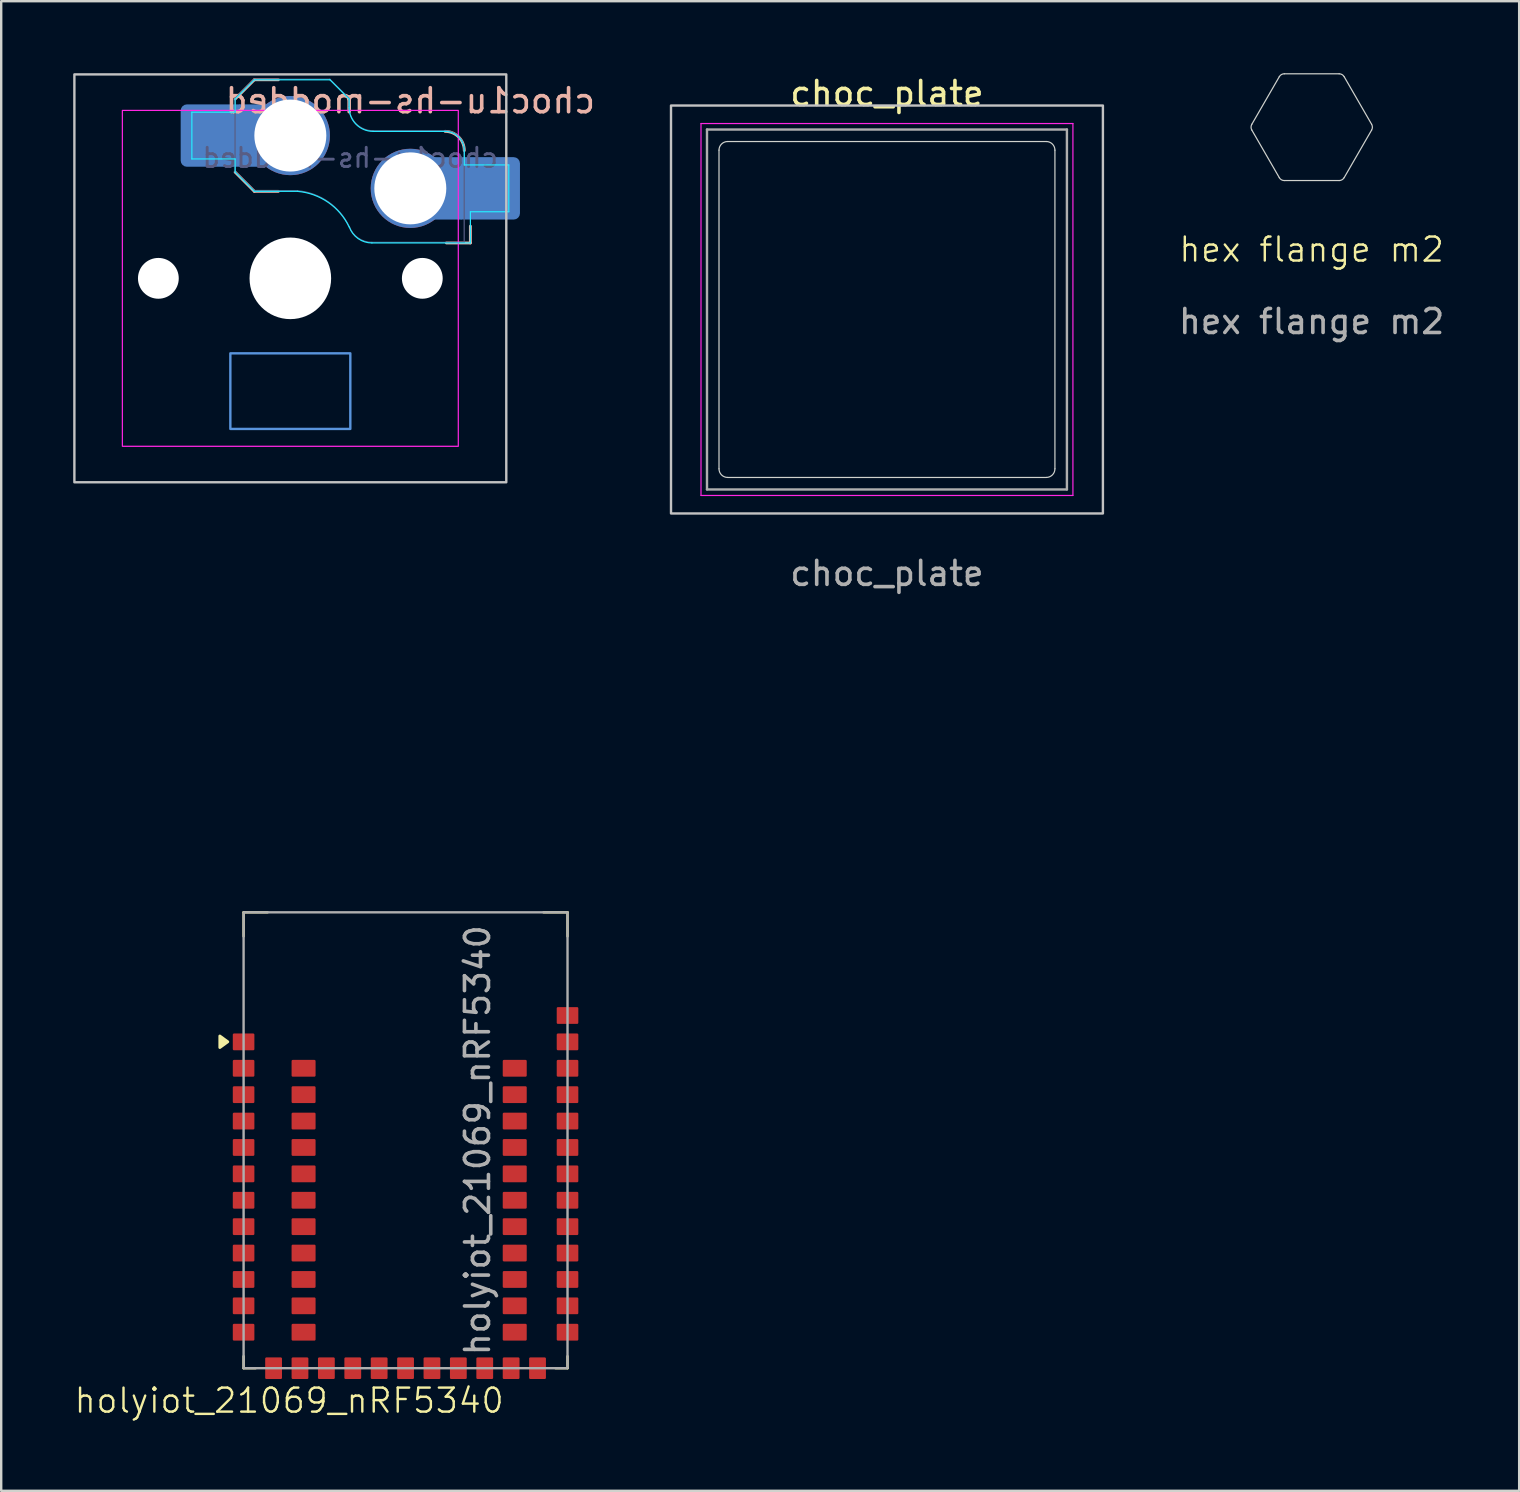
<source format=kicad_pcb>
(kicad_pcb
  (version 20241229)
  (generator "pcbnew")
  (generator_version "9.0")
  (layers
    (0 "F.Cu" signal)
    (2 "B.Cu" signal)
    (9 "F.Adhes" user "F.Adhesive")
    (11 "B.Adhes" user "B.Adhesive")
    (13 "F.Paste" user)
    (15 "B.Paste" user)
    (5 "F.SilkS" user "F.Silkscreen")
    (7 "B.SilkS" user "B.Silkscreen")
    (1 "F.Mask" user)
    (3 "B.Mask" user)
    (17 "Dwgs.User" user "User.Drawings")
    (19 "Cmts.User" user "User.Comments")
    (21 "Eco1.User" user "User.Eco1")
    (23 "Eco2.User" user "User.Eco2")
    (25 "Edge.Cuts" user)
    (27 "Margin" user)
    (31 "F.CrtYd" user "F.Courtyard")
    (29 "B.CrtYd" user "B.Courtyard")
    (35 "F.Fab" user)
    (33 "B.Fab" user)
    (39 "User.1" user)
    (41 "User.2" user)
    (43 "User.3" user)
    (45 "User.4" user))
  (footprint "holyiot_21069_nRF5340"
    (layer "F.Cu")
    (at 13.852 43.697)
    (property "Reference" "holyiot_21069_nRF5340" (at -4.85 11.625 0) (unlocked yes) (layer "F.SilkS") (effects (font (size 1 1) (thickness 0.1))))
    (attr smd)
    (fp_line (start -6.75 -8.725) (end -5.75 -8.725) (stroke (width 0.1) (type default)) (layer "F.SilkS"))
    (fp_line (start -6.75 -7.725) (end -6.75 -8.725) (stroke (width 0.1) (type default)) (layer "F.SilkS"))
    (fp_line (start -6.75 10.275) (end -6.75 9.775) (stroke (width 0.1) (type default)) (layer "F.SilkS"))
    (fp_line (start -6.25 10.275) (end -6.75 10.275) (stroke (width 0.1) (type default)) (layer "F.SilkS"))
    (fp_line (start 5.75 -8.725) (end 6.75 -8.725) (stroke (width 0.1) (type default)) (layer "F.SilkS"))
    (fp_line (start 6.75 -8.725) (end 6.75 -7.725) (stroke (width 0.1) (type default)) (layer "F.SilkS"))
    (fp_line (start 6.75 9.775) (end 6.75 10.275) (stroke (width 0.1) (type default)) (layer "F.SilkS"))
    (fp_line (start 6.75 10.275) (end 6.25 10.275) (stroke (width 0.1) (type default)) (layer "F.SilkS"))
    (fp_poly (pts (xy -7.41 -3.33) (xy -7.74 -3.09) (xy -7.74 -3.57) (xy -7.41 -3.33)) (stroke (width 0.12) (type solid)) (fill yes) (layer "F.SilkS"))
    (fp_rect (start -6.75 -8.725) (end 6.75 10.275) (stroke (width 0.1) (type default)) (fill no) (layer "F.Fab"))
    (fp_text user "${REFERENCE}" (at 3 0.775 90) (unlocked yes) (layer "F.Fab") (effects (font (size 1 1) (thickness 0.15))))
    (pad "1" smd roundrect (at -6.75 -3.325 90) (size 0.7 0.9) (layers "F.Cu" "F.Mask" "F.Paste") (roundrect_rratio 0.071))
    (pad "2" smd roundrect (at -6.75 -2.225 90) (size 0.7 0.9) (layers "F.Cu" "F.Mask" "F.Paste") (roundrect_rratio 0.071))
    (pad "3" smd roundrect (at -6.75 -1.125 90) (size 0.7 0.9) (layers "F.Cu" "F.Mask" "F.Paste") (roundrect_rratio 0.071))
    (pad "4" smd roundrect (at -6.75 -0.025 90) (size 0.7 0.9) (layers "F.Cu" "F.Mask" "F.Paste") (roundrect_rratio 0.071))
    (pad "5" smd roundrect (at -6.75 1.075 90) (size 0.7 0.9) (layers "F.Cu" "F.Mask" "F.Paste") (roundrect_rratio 0.071))
    (pad "6" smd roundrect (at -6.75 2.175 90) (size 0.7 0.9) (layers "F.Cu" "F.Mask" "F.Paste") (roundrect_rratio 0.071))
    (pad "7" smd roundrect (at -6.75 3.275 90) (size 0.7 0.9) (layers "F.Cu" "F.Mask" "F.Paste") (roundrect_rratio 0.071))
    (pad "8" smd roundrect (at -6.75 4.375 90) (size 0.7 0.9) (layers "F.Cu" "F.Mask" "F.Paste") (roundrect_rratio 0.071))
    (pad "9" smd roundrect (at -6.75 5.475 90) (size 0.7 0.9) (layers "F.Cu" "F.Mask" "F.Paste") (roundrect_rratio 0.071))
    (pad "10" smd roundrect (at -6.75 6.575 90) (size 0.7 0.9) (layers "F.Cu" "F.Mask" "F.Paste") (roundrect_rratio 0.071))
    (pad "11" smd roundrect (at -6.75 7.675 90) (size 0.7 0.9) (layers "F.Cu" "F.Mask" "F.Paste") (roundrect_rratio 0.071))
    (pad "12" smd roundrect (at -6.75 8.775 90) (size 0.7 0.9) (layers "F.Cu" "F.Mask" "F.Paste") (roundrect_rratio 0.071))
    (pad "13" smd roundrect (at -5.5 10.275) (size 0.7 0.9) (layers "F.Cu" "F.Mask" "F.Paste") (roundrect_rratio 0.071))
    (pad "14" smd roundrect (at -4.4 10.275) (size 0.7 0.9) (layers "F.Cu" "F.Mask" "F.Paste") (roundrect_rratio 0.071))
    (pad "15" smd roundrect (at -3.3 10.275) (size 0.7 0.9) (layers "F.Cu" "F.Mask" "F.Paste") (roundrect_rratio 0.071))
    (pad "16" smd roundrect (at -2.2 10.275) (size 0.7 0.9) (layers "F.Cu" "F.Mask" "F.Paste") (roundrect_rratio 0.071))
    (pad "17" smd roundrect (at -1.1 10.275) (size 0.7 0.9) (layers "F.Cu" "F.Mask" "F.Paste") (roundrect_rratio 0.071))
    (pad "18" smd roundrect (at 0 10.275) (size 0.7 0.9) (layers "F.Cu" "F.Mask" "F.Paste") (roundrect_rratio 0.071))
    (pad "19" smd roundrect (at 1.1 10.275) (size 0.7 0.9) (layers "F.Cu" "F.Mask" "F.Paste") (roundrect_rratio 0.071))
    (pad "20" smd roundrect (at 2.2 10.275) (size 0.7 0.9) (layers "F.Cu" "F.Mask" "F.Paste") (roundrect_rratio 0.071))
    (pad "21" smd roundrect (at 3.3 10.275) (size 0.7 0.9) (layers "F.Cu" "F.Mask" "F.Paste") (roundrect_rratio 0.071))
    (pad "22" smd roundrect (at 4.4 10.275) (size 0.7 0.9) (layers "F.Cu" "F.Mask" "F.Paste") (roundrect_rratio 0.071))
    (pad "23" smd roundrect (at 5.5 10.275) (size 0.7 0.9) (layers "F.Cu" "F.Mask" "F.Paste") (roundrect_rratio 0.071))
    (pad "24" smd roundrect (at 6.75 8.775 90) (size 0.7 0.9) (layers "F.Cu" "F.Mask" "F.Paste") (roundrect_rratio 0.071))
    (pad "25" smd roundrect (at 6.75 7.675 90) (size 0.7 0.9) (layers "F.Cu" "F.Mask" "F.Paste") (roundrect_rratio 0.071))
    (pad "26" smd roundrect (at 6.75 6.575 90) (size 0.7 0.9) (layers "F.Cu" "F.Mask" "F.Paste") (roundrect_rratio 0.071))
    (pad "27" smd roundrect (at 6.75 5.475 90) (size 0.7 0.9) (layers "F.Cu" "F.Mask" "F.Paste") (roundrect_rratio 0.071))
    (pad "28" smd roundrect (at 6.75 4.375 90) (size 0.7 0.9) (layers "F.Cu" "F.Mask" "F.Paste") (roundrect_rratio 0.071))
    (pad "29" smd roundrect (at 6.75 3.275 90) (size 0.7 0.9) (layers "F.Cu" "F.Mask" "F.Paste") (roundrect_rratio 0.071))
    (pad "30" smd roundrect (at 6.75 2.175 90) (size 0.7 0.9) (layers "F.Cu" "F.Mask" "F.Paste") (roundrect_rratio 0.071))
    (pad "31" smd roundrect (at 6.75 1.075 90) (size 0.7 0.9) (layers "F.Cu" "F.Mask" "F.Paste") (roundrect_rratio 0.071))
    (pad "32" smd roundrect (at 6.75 -0.025 90) (size 0.7 0.9) (layers "F.Cu" "F.Mask" "F.Paste") (roundrect_rratio 0.071))
    (pad "33" smd roundrect (at 6.75 -1.125 90) (size 0.7 0.9) (layers "F.Cu" "F.Mask" "F.Paste") (roundrect_rratio 0.071))
    (pad "34" smd roundrect (at 6.75 -2.225 90) (size 0.7 0.9) (layers "F.Cu" "F.Mask" "F.Paste") (roundrect_rratio 0.071))
    (pad "35" smd roundrect (at 6.75 -3.325 90) (size 0.7 0.9) (layers "F.Cu" "F.Mask" "F.Paste") (roundrect_rratio 0.071))
    (pad "36" smd roundrect (at 6.75 -4.425 90) (size 0.7 0.9) (layers "F.Cu" "F.Mask" "F.Paste") (roundrect_rratio 0.071))
    (pad "37" smd roundrect (at -4.25 -2.225) (size 1 0.7) (layers "F.Cu" "F.Mask" "F.Paste") (roundrect_rratio 0.071))
    (pad "38" smd roundrect (at -4.25 -1.125) (size 1 0.7) (layers "F.Cu" "F.Mask" "F.Paste") (roundrect_rratio 0.071))
    (pad "39" smd roundrect (at -4.25 -0.025) (size 1 0.7) (layers "F.Cu" "F.Mask" "F.Paste") (roundrect_rratio 0.071))
    (pad "40" smd roundrect (at -4.25 1.075) (size 1 0.7) (layers "F.Cu" "F.Mask" "F.Paste") (roundrect_rratio 0.071))
    (pad "41" smd roundrect (at -4.25 2.175) (size 1 0.7) (layers "F.Cu" "F.Mask" "F.Paste") (roundrect_rratio 0.071))
    (pad "42" smd roundrect (at -4.25 3.275) (size 1 0.7) (layers "F.Cu" "F.Mask" "F.Paste") (roundrect_rratio 0.071))
    (pad "43" smd roundrect (at -4.25 4.375) (size 1 0.7) (layers "F.Cu" "F.Mask" "F.Paste") (roundrect_rratio 0.071))
    (pad "44" smd roundrect (at -4.25 5.475) (size 1 0.7) (layers "F.Cu" "F.Mask" "F.Paste") (roundrect_rratio 0.071))
    (pad "45" smd roundrect (at -4.25 6.575) (size 1 0.7) (layers "F.Cu" "F.Mask" "F.Paste") (roundrect_rratio 0.071))
    (pad "46" smd roundrect (at -4.25 7.675) (size 1 0.7) (layers "F.Cu" "F.Mask" "F.Paste") (roundrect_rratio 0.071))
    (pad "47" smd roundrect (at -4.25 8.775) (size 1 0.7) (layers "F.Cu" "F.Mask" "F.Paste") (roundrect_rratio 0.071))
    (pad "48" smd roundrect (at 4.55 8.775) (size 1 0.7) (layers "F.Cu" "F.Mask" "F.Paste") (roundrect_rratio 0.071))
    (pad "49" smd roundrect (at 4.55 7.675) (size 1 0.7) (layers "F.Cu" "F.Mask" "F.Paste") (roundrect_rratio 0.071))
    (pad "50" smd roundrect (at 4.55 6.575) (size 1 0.7) (layers "F.Cu" "F.Mask" "F.Paste") (roundrect_rratio 0.071))
    (pad "51" smd roundrect (at 4.55 5.475) (size 1 0.7) (layers "F.Cu" "F.Mask" "F.Paste") (roundrect_rratio 0.071))
    (pad "52" smd roundrect (at 4.55 4.375) (size 1 0.7) (layers "F.Cu" "F.Mask" "F.Paste") (roundrect_rratio 0.071))
    (pad "53" smd roundrect (at 4.55 3.275) (size 1 0.7) (layers "F.Cu" "F.Mask" "F.Paste") (roundrect_rratio 0.071))
    (pad "54" smd roundrect (at 4.55 2.175) (size 1 0.7) (layers "F.Cu" "F.Mask" "F.Paste") (roundrect_rratio 0.071))
    (pad "55" smd roundrect (at 4.55 1.075) (size 1 0.7) (layers "F.Cu" "F.Mask" "F.Paste") (roundrect_rratio 0.071))
    (pad "56" smd roundrect (at 4.55 -0.025) (size 1 0.7) (layers "F.Cu" "F.Mask" "F.Paste") (roundrect_rratio 0.071))
    (pad "57" smd roundrect (at 4.55 -1.125) (size 1 0.7) (layers "F.Cu" "F.Mask" "F.Paste") (roundrect_rratio 0.071))
    (pad "58" smd roundrect (at 4.55 -2.225) (size 1 0.7) (layers "F.Cu" "F.Mask" "F.Paste") (roundrect_rratio 0.071))
    (zone (net_name "") (layers "F.Cu" "B.Cu") (hatch edge 0.5) (connect_pads) (min_thickness 0.25) (filled_areas_thickness no) (keepout (tracks not_allowed) (vias not_allowed) (pads not_allowed) (copperpour not_allowed) (footprints allowed)) (placement (enabled no)) (fill) (polygon (pts (xy 22.852 38.197) (xy 22.852 24.697) (xy 4.852 24.697) (xy 4.852 38.172)))))
  (footprint "choc_plate"
    (layer "F.Cu")
    (at 33.915 9.848)
    (property "Reference" "choc_plate" (at 0 -9 0) (layer "F.SilkS") (effects (font (size 1 1) (thickness 0.15))))
    (fp_rect (start -9 -8.5) (end 9 8.5) (stroke (width 0.1) (type default)) (fill no) (layer "Dwgs.User"))
    (fp_line (start -7 -6.64) (end -7 6.64) (stroke (width 0.05) (type solid)) (layer "Edge.Cuts"))
    (fp_line (start -6.64 7) (end 6.64 7) (stroke (width 0.05) (type solid)) (layer "Edge.Cuts"))
    (fp_line (start 6.64 -7) (end -6.64 -7) (stroke (width 0.05) (type solid)) (layer "Edge.Cuts"))
    (fp_line (start 7 6.64) (end 7 -6.64) (stroke (width 0.05) (type solid)) (layer "Edge.Cuts"))
    (fp_arc (start -7 -6.64) (mid -6.894558 -6.894558) (end -6.64 -7) (stroke (width 0.05) (type default)) (layer "Edge.Cuts"))
    (fp_arc (start -6.64 7) (mid -6.894558 6.894558) (end -7 6.64) (stroke (width 0.05) (type default)) (layer "Edge.Cuts"))
    (fp_arc (start 6.64 -7) (mid 6.894558 -6.894558) (end 7 -6.64) (stroke (width 0.05) (type default)) (layer "Edge.Cuts"))
    (fp_arc (start 7 6.64) (mid 6.894558 6.894558) (end 6.64 7) (stroke (width 0.05) (type default)) (layer "Edge.Cuts"))
    (fp_line (start -7.75 -7.75) (end -7.75 7.75) (stroke (width 0.05) (type solid)) (layer "F.CrtYd"))
    (fp_line (start -7.75 7.75) (end 7.75 7.75) (stroke (width 0.05) (type solid)) (layer "F.CrtYd"))
    (fp_line (start 7.75 -7.75) (end -7.75 -7.75) (stroke (width 0.05) (type solid)) (layer "F.CrtYd"))
    (fp_line (start 7.75 7.75) (end 7.75 -7.75) (stroke (width 0.05) (type solid)) (layer "F.CrtYd"))
    (fp_line (start -7.5 -7.5) (end -7.5 7.5) (stroke (width 0.1) (type solid)) (layer "F.Fab"))
    (fp_line (start -7.5 7.5) (end 7.5 7.5) (stroke (width 0.1) (type solid)) (layer "F.Fab"))
    (fp_line (start 7.5 -7.5) (end -7.5 -7.5) (stroke (width 0.1) (type solid)) (layer "F.Fab"))
    (fp_line (start 7.5 7.5) (end 7.5 -7.5) (stroke (width 0.1) (type solid)) (layer "F.Fab"))
    (fp_text user "${REFERENCE}" (at 0 11 0) (layer "F.Fab") (effects (font (size 1 1) (thickness 0.15)))))
  (footprint "choc1u-hs-modded"
    (layer "F.Cu")
    (at 9.05 8.55)
    (property "Reference" "choc1u-hs-modded" (at 5 -7.4 0) (layer "B.SilkS") (effects (font (size 1 1) (thickness 0.15)) (justify mirror)))
    (attr smd)
    (fp_line (start -2.3 -7.475) (end -1.5 -8.275) (stroke (width 0.12) (type solid)) (layer "B.SilkS"))
    (fp_line (start -1.5 -8.275) (end -0.5 -8.275) (stroke (width 0.12) (type solid)) (layer "B.SilkS"))
    (fp_line (start -1.5 -3.625) (end -2.3 -4.425) (stroke (width 0.12) (type solid)) (layer "B.SilkS"))
    (fp_line (start -1.5 -3.625) (end -0.5 -3.625) (stroke (width 0.12) (type solid)) (layer "B.SilkS"))
    (fp_line (start 7.504 -1.475) (end 6.504 -1.475) (stroke (width 0.12) (type solid)) (layer "B.SilkS"))
    (fp_line (start 7.504 -1.475) (end 7.504 -2.175) (stroke (width 0.12) (type solid)) (layer "B.SilkS"))
    (fp_arc (start 6.45 -6.125) (mid 7.015685 -5.890685) (end 7.25 -5.325) (stroke (width 0.12) (type solid)) (layer "B.SilkS"))
    (fp_rect (start -9 -8.5) (end 9 8.5) (stroke (width 0.1) (type default)) (fill no) (layer "Dwgs.User"))
    (fp_rect (start -2.5 3.125) (end 2.5 6.275) (stroke (width 0.1) (type default)) (fill no) (layer "Cmts.User"))
    (fp_line (start -6.95 6.45) (end -6.95 -6.45) (stroke (width 0.05) (type solid)) (layer "Eco2.User"))
    (fp_line (start -6.45 -6.95) (end 6.45 -6.95) (stroke (width 0.05) (type solid)) (layer "Eco2.User"))
    (fp_line (start 6.45 6.95) (end -6.45 6.95) (stroke (width 0.05) (type solid)) (layer "Eco2.User"))
    (fp_line (start 6.95 -6.45) (end 6.95 6.45) (stroke (width 0.05) (type solid)) (layer "Eco2.User"))
    (fp_arc (start -6.95 -6.45) (mid -6.803553 -6.803553) (end -6.45 -6.95) (stroke (width 0.05) (type solid)) (layer "Eco2.User"))
    (fp_arc (start -6.45 6.95) (mid -6.803553 6.803553) (end -6.95 6.45) (stroke (width 0.05) (type solid)) (layer "Eco2.User"))
    (fp_arc (start 6.45 -6.95) (mid 6.803553 -6.803553) (end 6.95 -6.45) (stroke (width 0.05) (type solid)) (layer "Eco2.User"))
    (fp_arc (start 6.95 6.45) (mid 6.803553 6.803553) (end 6.45 6.95) (stroke (width 0.05) (type solid)) (layer "Eco2.User"))
    (fp_line (start -4.104 -6.925) (end -2.3 -6.925) (stroke (width 0.05) (type solid)) (layer "B.CrtYd"))
    (fp_line (start -4.104 -4.975) (end -4.104 -6.925) (stroke (width 0.05) (type solid)) (layer "B.CrtYd"))
    (fp_line (start -4.104 -4.975) (end -2.3 -4.975) (stroke (width 0.05) (type solid)) (layer "B.CrtYd"))
    (fp_line (start -2.3 -7.475) (end -2.3 -6.925) (stroke (width 0.05) (type solid)) (layer "B.CrtYd"))
    (fp_line (start -2.3 -7.475) (end -1.5 -8.275) (stroke (width 0.05) (type solid)) (layer "B.CrtYd"))
    (fp_line (start -2.3 -4.975) (end -2.3 -4.425) (stroke (width 0.05) (type solid)) (layer "B.CrtYd"))
    (fp_line (start -1.5 -8.275) (end 1.65 -8.275) (stroke (width 0.05) (type solid)) (layer "B.CrtYd"))
    (fp_line (start -1.5 -3.625) (end -2.3 -4.425) (stroke (width 0.05) (type solid)) (layer "B.CrtYd"))
    (fp_line (start -1.5 -3.625) (end 0.3 -3.625) (stroke (width 0.05) (type solid)) (layer "B.CrtYd"))
    (fp_line (start 2.45 -7.475) (end 1.65 -8.275) (stroke (width 0.05) (type solid)) (layer "B.CrtYd"))
    (fp_line (start 2.45 -7.475) (end 2.45 -7.125) (stroke (width 0.05) (type solid)) (layer "B.CrtYd"))
    (fp_line (start 3.45 -6.125) (end 6.45 -6.125) (stroke (width 0.05) (type solid)) (layer "B.CrtYd"))
    (fp_line (start 7.25 -5.325) (end 7.25 -4.725) (stroke (width 0.05) (type solid)) (layer "B.CrtYd"))
    (fp_line (start 7.25 -4.725) (end 9.104 -4.725) (stroke (width 0.05) (type solid)) (layer "B.CrtYd"))
    (fp_line (start 7.504 -2.175) (end 7.504 -2.775) (stroke (width 0.05) (type solid)) (layer "B.CrtYd"))
    (fp_line (start 7.504 -1.475) (end 3.4 -1.475) (stroke (width 0.05) (type solid)) (layer "B.CrtYd"))
    (fp_line (start 7.504 -1.475) (end 7.504 -2.175) (stroke (width 0.05) (type solid)) (layer "B.CrtYd"))
    (fp_line (start 9.104 -4.725) (end 9.104 -2.775) (stroke (width 0.05) (type solid)) (layer "B.CrtYd"))
    (fp_line (start 9.104 -2.775) (end 7.504 -2.775) (stroke (width 0.05) (type solid)) (layer "B.CrtYd"))
    (fp_arc (start 0.299999 -3.624999) (mid 1.577272 -3.167235) (end 2.455444 -2.13293) (stroke (width 0.05) (type solid)) (layer "B.CrtYd"))
    (fp_arc (start 3.4 -1.475) (mid 2.826423 -1.655848) (end 2.460307 -2.13298) (stroke (width 0.05) (type solid)) (layer "B.CrtYd"))
    (fp_arc (start 3.45 -6.125) (mid 2.742893 -6.417893) (end 2.45 -7.125) (stroke (width 0.05) (type solid)) (layer "B.CrtYd"))
    (fp_arc (start 6.45 -6.125) (mid 7.015685 -5.890685) (end 7.25 -5.325) (stroke (width 0.05) (type solid)) (layer "B.CrtYd"))
    (fp_rect (start -7 -7) (end 7 7) (stroke (width 0.05) (type default)) (fill no) (layer "F.CrtYd"))
    (fp_line (start -2.304 -7.5) (end -2.304 -4.45) (stroke (width 0.05) (type solid)) (layer "B.Fab"))
    (fp_line (start -2.304 -7.5) (end -1.504 -8.3) (stroke (width 0.05) (type solid)) (layer "B.Fab"))
    (fp_line (start -1.504 -8.3) (end 1.646 -8.3) (stroke (width 0.05) (type solid)) (layer "B.Fab"))
    (fp_line (start -1.504 -3.65) (end -2.304 -4.45) (stroke (width 0.05) (type solid)) (layer "B.Fab"))
    (fp_line (start -1.504 -3.65) (end 0.296 -3.65) (stroke (width 0.05) (type solid)) (layer "B.Fab"))
    (fp_line (start 2.446 -7.5) (end 1.646 -8.3) (stroke (width 0.05) (type solid)) (layer "B.Fab"))
    (fp_line (start 2.446 -7.5) (end 2.446 -7.15) (stroke (width 0.05) (type solid)) (layer "B.Fab"))
    (fp_line (start 3.446 -6.15) (end 6.446 -6.15) (stroke (width 0.05) (type solid)) (layer "B.Fab"))
    (fp_line (start 7.246 -5.35) (end 7.246 -1.5) (stroke (width 0.05) (type solid)) (layer "B.Fab"))
    (fp_line (start 7.246 -1.5) (end 3.396 -1.5) (stroke (width 0.05) (type solid)) (layer "B.Fab"))
    (fp_arc (start 0.295999 -3.649999) (mid 1.573272 -3.192235) (end 2.451444 -2.15793) (stroke (width 0.05) (type solid)) (layer "B.Fab"))
    (fp_arc (start 3.396 -1.5) (mid 2.822423 -1.680848) (end 2.456307 -2.15798) (stroke (width 0.05) (type solid)) (layer "B.Fab"))
    (fp_arc (start 3.446 -6.15) (mid 2.738893 -6.442893) (end 2.446 -7.15) (stroke (width 0.05) (type solid)) (layer "B.Fab"))
    (fp_arc (start 6.446 -6.15) (mid 7.011685 -5.915685) (end 7.246 -5.35) (stroke (width 0.05) (type solid)) (layer "B.Fab"))
    (fp_text user "${REFERENCE}" (at 2.496 -5.025 180) (layer "B.Fab") (effects (font (size 0.8 0.8) (thickness 0.12)) (justify mirror)))
    (pad "" np_thru_hole circle (at -5.5 0) (size 1.7 1.7) (drill 1.7) (layers "*.Cu" "*.Mask"))
    (pad "" np_thru_hole circle (at 0 0) (size 3.4 3.4) (drill 3.4) (layers "*.Cu" "*.Mask"))
    (pad "" np_thru_hole circle (at 5.5 0) (size 1.7 1.7) (drill 1.7) (layers "*.Cu" "*.Mask"))
    (pad "1" thru_hole circle (at 5 -3.75 180) (size 3.3 3.3) (drill 3) (layers "*.Cu" "B.Mask"))
    (pad "1" smd rect (at 6.55 -3.75 180) (size 1.2 2.6) (layers "B.Cu"))
    (pad "1" smd roundrect (at 8.245 -3.75 180) (size 2.65 2.6) (layers "B.Cu" "B.Mask" "B.Paste") (roundrect_rratio 0.1))
    (pad "2" smd roundrect (at -3.245 -5.95 180) (size 2.65 2.6) (layers "B.Cu" "B.Mask" "B.Paste") (roundrect_rratio 0.1))
    (pad "2" smd rect (at -1.55 -5.95) (size 1.2 2.6) (layers "B.Cu"))
    (pad "2" thru_hole circle (at 0 -5.95 180) (size 3.3 3.3) (drill 3) (layers "*.Cu" "B.Mask")))
  (footprint "hex flange m2"
    (layer "F.Cu")
    (at 51.614 2.25)
    (property "Reference" "hex flange m2" (at 0 5.1 0) (unlocked yes) (layer "F.SilkS") (effects (font (size 1 1) (thickness 0.1))))
    (attr smd)
    (fp_line (start -2.493 -0.12) (end -1.347 -2.105) (stroke (width 0.05) (type solid)) (layer "Edge.Cuts"))
    (fp_line (start -2.493 0.12) (end -1.347 2.105) (stroke (width 0.05) (type solid)) (layer "Edge.Cuts"))
    (fp_line (start -1.139 -2.225) (end 1.146 -2.225) (stroke (width 0.05) (type solid)) (layer "Edge.Cuts"))
    (fp_line (start -1.139 2.225) (end 1.146 2.225) (stroke (width 0.05) (type solid)) (layer "Edge.Cuts"))
    (fp_line (start 2.5 -0.12) (end 1.354 -2.105) (stroke (width 0.05) (type solid)) (layer "Edge.Cuts"))
    (fp_line (start 2.5 0.12) (end 1.354 2.105) (stroke (width 0.05) (type solid)) (layer "Edge.Cuts"))
    (fp_arc (start -2.493218 0.12) (mid -2.525372 0) (end -2.493218 -0.12) (stroke (width 0.05) (type default)) (layer "Edge.Cuts"))
    (fp_arc (start -1.347178 -2.105) (mid -1.259332 -2.192846) (end -1.139332 -2.225) (stroke (width 0.05) (type default)) (layer "Edge.Cuts"))
    (fp_arc (start -1.139332 2.225) (mid -1.259332 2.192846) (end -1.347178 2.105) (stroke (width 0.05) (type default)) (layer "Edge.Cuts"))
    (fp_arc (start 1.145832 -2.225) (mid 1.265832 -2.192846) (end 1.353678 -2.105) (stroke (width 0.05) (type default)) (layer "Edge.Cuts"))
    (fp_arc (start 1.353678 2.105) (mid 1.265832 2.192847) (end 1.145832 2.225) (stroke (width 0.05) (type default)) (layer "Edge.Cuts"))
    (fp_arc (start 2.499718 -0.12) (mid 2.531872 0) (end 2.499718 0.12) (stroke (width 0.05) (type default)) (layer "Edge.Cuts"))
    (fp_text user "${REFERENCE}" (at 0 8.1 0) (unlocked yes) (layer "F.Fab") (effects (font (size 1 1) (thickness 0.15)))))
  (gr_rect
    (start -3 -3)
    (end 60.263 59.082)
    (stroke (width 0.1) (type default))
    (fill no)
    (layer "Edge.Cuts")))
</source>
